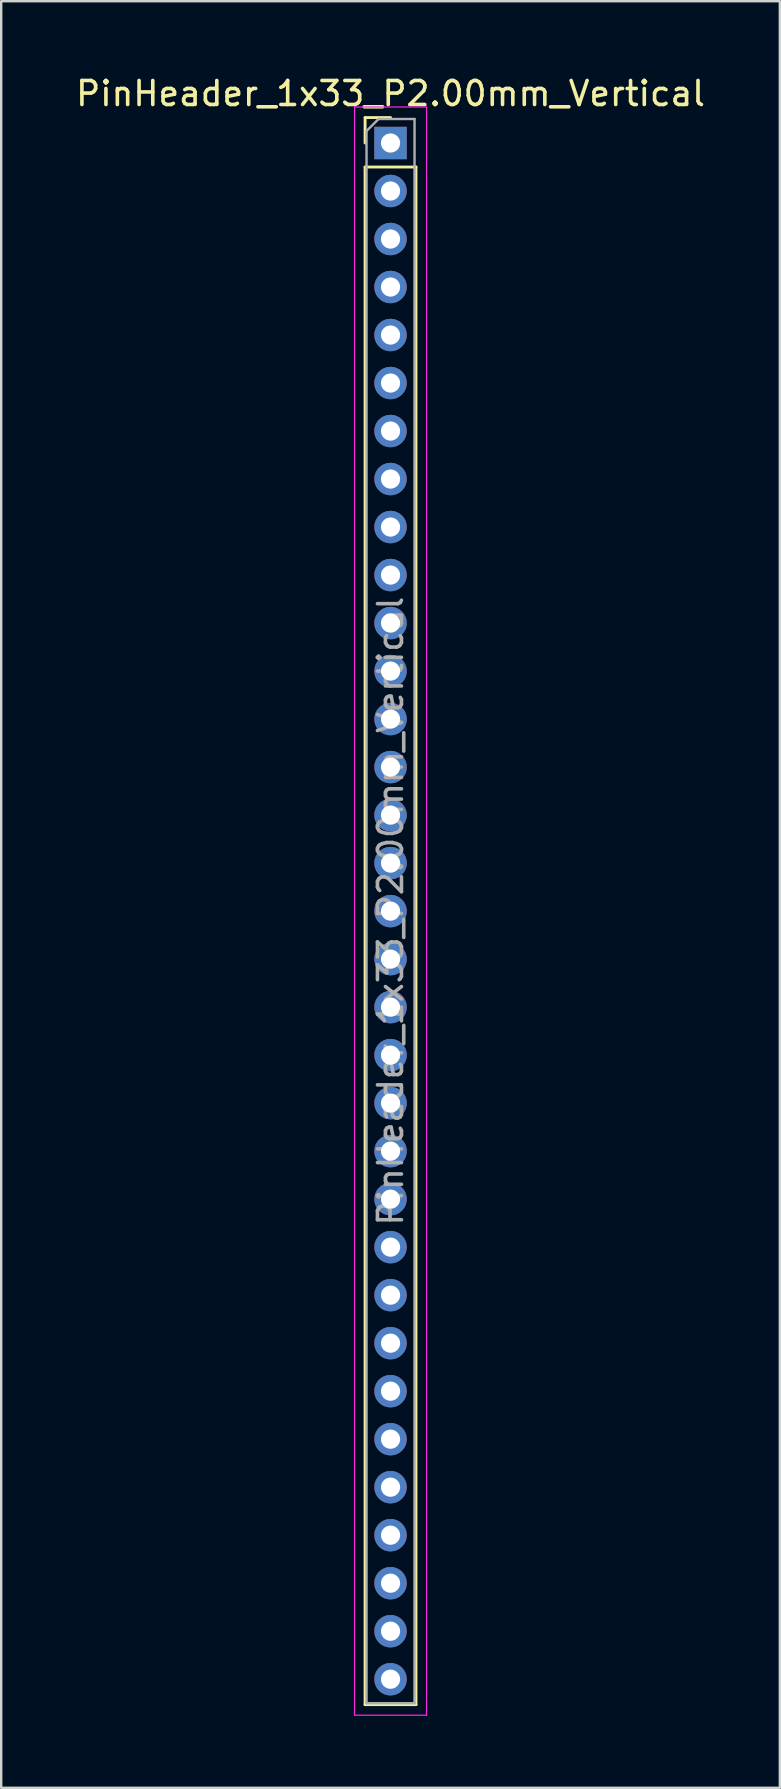
<source format=kicad_pcb>
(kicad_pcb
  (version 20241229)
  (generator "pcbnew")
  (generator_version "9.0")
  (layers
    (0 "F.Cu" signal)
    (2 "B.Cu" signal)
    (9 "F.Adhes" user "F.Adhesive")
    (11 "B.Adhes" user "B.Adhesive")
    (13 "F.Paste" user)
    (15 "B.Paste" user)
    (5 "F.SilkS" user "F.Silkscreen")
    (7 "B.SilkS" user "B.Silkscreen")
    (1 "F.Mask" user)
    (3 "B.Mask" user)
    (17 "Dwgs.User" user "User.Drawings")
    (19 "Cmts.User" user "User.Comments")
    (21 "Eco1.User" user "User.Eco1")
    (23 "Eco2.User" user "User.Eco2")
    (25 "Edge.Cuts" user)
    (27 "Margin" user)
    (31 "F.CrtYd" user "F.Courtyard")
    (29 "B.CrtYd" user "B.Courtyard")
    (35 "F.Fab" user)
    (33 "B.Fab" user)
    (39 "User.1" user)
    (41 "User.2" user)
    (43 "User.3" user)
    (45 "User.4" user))
  (footprint "PinHeader_1x33_P2.00mm_Vertical"
    (layer "F.Cu")
    (at 13.22 2.908)
    (property "Reference" "PinHeader_1x33_P2.00mm_Vertical" (at 0 -2.06 0) (layer "F.SilkS") (effects (font (size 1 1) (thickness 0.15))))
    (attr through_hole)
    (fp_line (start -1.06 -1.06) (end 0 -1.06) (stroke (width 0.12) (type solid)) (layer "F.SilkS"))
    (fp_line (start -1.06 0) (end -1.06 -1.06) (stroke (width 0.12) (type solid)) (layer "F.SilkS"))
    (fp_line (start -1.06 1) (end -1.06 65.06) (stroke (width 0.12) (type solid)) (layer "F.SilkS"))
    (fp_line (start -1.06 1) (end 1.06 1) (stroke (width 0.12) (type solid)) (layer "F.SilkS"))
    (fp_line (start -1.06 65.06) (end 1.06 65.06) (stroke (width 0.12) (type solid)) (layer "F.SilkS"))
    (fp_line (start 1.06 1) (end 1.06 65.06) (stroke (width 0.12) (type solid)) (layer "F.SilkS"))
    (fp_line (start -1.5 -1.5) (end -1.5 65.5) (stroke (width 0.05) (type solid)) (layer "F.CrtYd"))
    (fp_line (start -1.5 65.5) (end 1.5 65.5) (stroke (width 0.05) (type solid)) (layer "F.CrtYd"))
    (fp_line (start 1.5 -1.5) (end -1.5 -1.5) (stroke (width 0.05) (type solid)) (layer "F.CrtYd"))
    (fp_line (start 1.5 65.5) (end 1.5 -1.5) (stroke (width 0.05) (type solid)) (layer "F.CrtYd"))
    (fp_line (start -1 -0.5) (end -0.5 -1) (stroke (width 0.1) (type solid)) (layer "F.Fab"))
    (fp_line (start -1 65) (end -1 -0.5) (stroke (width 0.1) (type solid)) (layer "F.Fab"))
    (fp_line (start -0.5 -1) (end 1 -1) (stroke (width 0.1) (type solid)) (layer "F.Fab"))
    (fp_line (start 1 -1) (end 1 65) (stroke (width 0.1) (type solid)) (layer "F.Fab"))
    (fp_line (start 1 65) (end -1 65) (stroke (width 0.1) (type solid)) (layer "F.Fab"))
    (fp_text user "${REFERENCE}" (at 0 32 90) (layer "F.Fab") (effects (font (size 1 1) (thickness 0.15))))
    (pad "1" thru_hole rect (at 0 0) (size 1.35 1.35) (drill 0.8) (layers "*.Cu" "*.Mask"))
    (pad "2" thru_hole oval (at 0 2) (size 1.35 1.35) (drill 0.8) (layers "*.Cu" "*.Mask"))
    (pad "3" thru_hole oval (at 0 4) (size 1.35 1.35) (drill 0.8) (layers "*.Cu" "*.Mask"))
    (pad "4" thru_hole oval (at 0 6) (size 1.35 1.35) (drill 0.8) (layers "*.Cu" "*.Mask"))
    (pad "5" thru_hole oval (at 0 8) (size 1.35 1.35) (drill 0.8) (layers "*.Cu" "*.Mask"))
    (pad "6" thru_hole oval (at 0 10) (size 1.35 1.35) (drill 0.8) (layers "*.Cu" "*.Mask"))
    (pad "7" thru_hole oval (at 0 12) (size 1.35 1.35) (drill 0.8) (layers "*.Cu" "*.Mask"))
    (pad "8" thru_hole oval (at 0 14) (size 1.35 1.35) (drill 0.8) (layers "*.Cu" "*.Mask"))
    (pad "9" thru_hole oval (at 0 16) (size 1.35 1.35) (drill 0.8) (layers "*.Cu" "*.Mask"))
    (pad "10" thru_hole oval (at 0 18) (size 1.35 1.35) (drill 0.8) (layers "*.Cu" "*.Mask"))
    (pad "11" thru_hole oval (at 0 20) (size 1.35 1.35) (drill 0.8) (layers "*.Cu" "*.Mask"))
    (pad "12" thru_hole oval (at 0 22) (size 1.35 1.35) (drill 0.8) (layers "*.Cu" "*.Mask"))
    (pad "13" thru_hole oval (at 0 24) (size 1.35 1.35) (drill 0.8) (layers "*.Cu" "*.Mask"))
    (pad "14" thru_hole oval (at 0 26) (size 1.35 1.35) (drill 0.8) (layers "*.Cu" "*.Mask"))
    (pad "15" thru_hole oval (at 0 28) (size 1.35 1.35) (drill 0.8) (layers "*.Cu" "*.Mask"))
    (pad "16" thru_hole oval (at 0 30) (size 1.35 1.35) (drill 0.8) (layers "*.Cu" "*.Mask"))
    (pad "17" thru_hole oval (at 0 32) (size 1.35 1.35) (drill 0.8) (layers "*.Cu" "*.Mask"))
    (pad "18" thru_hole oval (at 0 34) (size 1.35 1.35) (drill 0.8) (layers "*.Cu" "*.Mask"))
    (pad "19" thru_hole oval (at 0 36) (size 1.35 1.35) (drill 0.8) (layers "*.Cu" "*.Mask"))
    (pad "20" thru_hole oval (at 0 38) (size 1.35 1.35) (drill 0.8) (layers "*.Cu" "*.Mask"))
    (pad "21" thru_hole oval (at 0 40) (size 1.35 1.35) (drill 0.8) (layers "*.Cu" "*.Mask"))
    (pad "22" thru_hole oval (at 0 42) (size 1.35 1.35) (drill 0.8) (layers "*.Cu" "*.Mask"))
    (pad "23" thru_hole oval (at 0 44) (size 1.35 1.35) (drill 0.8) (layers "*.Cu" "*.Mask"))
    (pad "24" thru_hole oval (at 0 46) (size 1.35 1.35) (drill 0.8) (layers "*.Cu" "*.Mask"))
    (pad "25" thru_hole oval (at 0 48) (size 1.35 1.35) (drill 0.8) (layers "*.Cu" "*.Mask"))
    (pad "26" thru_hole oval (at 0 50) (size 1.35 1.35) (drill 0.8) (layers "*.Cu" "*.Mask"))
    (pad "27" thru_hole oval (at 0 52) (size 1.35 1.35) (drill 0.8) (layers "*.Cu" "*.Mask"))
    (pad "28" thru_hole oval (at 0 54) (size 1.35 1.35) (drill 0.8) (layers "*.Cu" "*.Mask"))
    (pad "29" thru_hole oval (at 0 56) (size 1.35 1.35) (drill 0.8) (layers "*.Cu" "*.Mask"))
    (pad "30" thru_hole oval (at 0 58) (size 1.35 1.35) (drill 0.8) (layers "*.Cu" "*.Mask"))
    (pad "31" thru_hole oval (at 0 60) (size 1.35 1.35) (drill 0.8) (layers "*.Cu" "*.Mask"))
    (pad "32" thru_hole oval (at 0 62) (size 1.35 1.35) (drill 0.8) (layers "*.Cu" "*.Mask"))
    (pad "33" thru_hole oval (at 0 64) (size 1.35 1.35) (drill 0.8) (layers "*.Cu" "*.Mask")))
  (gr_rect
    (start -3 -3)
    (end 29.44 71.433)
    (stroke (width 0.1) (type default))
    (fill no)
    (layer "Edge.Cuts")))
</source>
